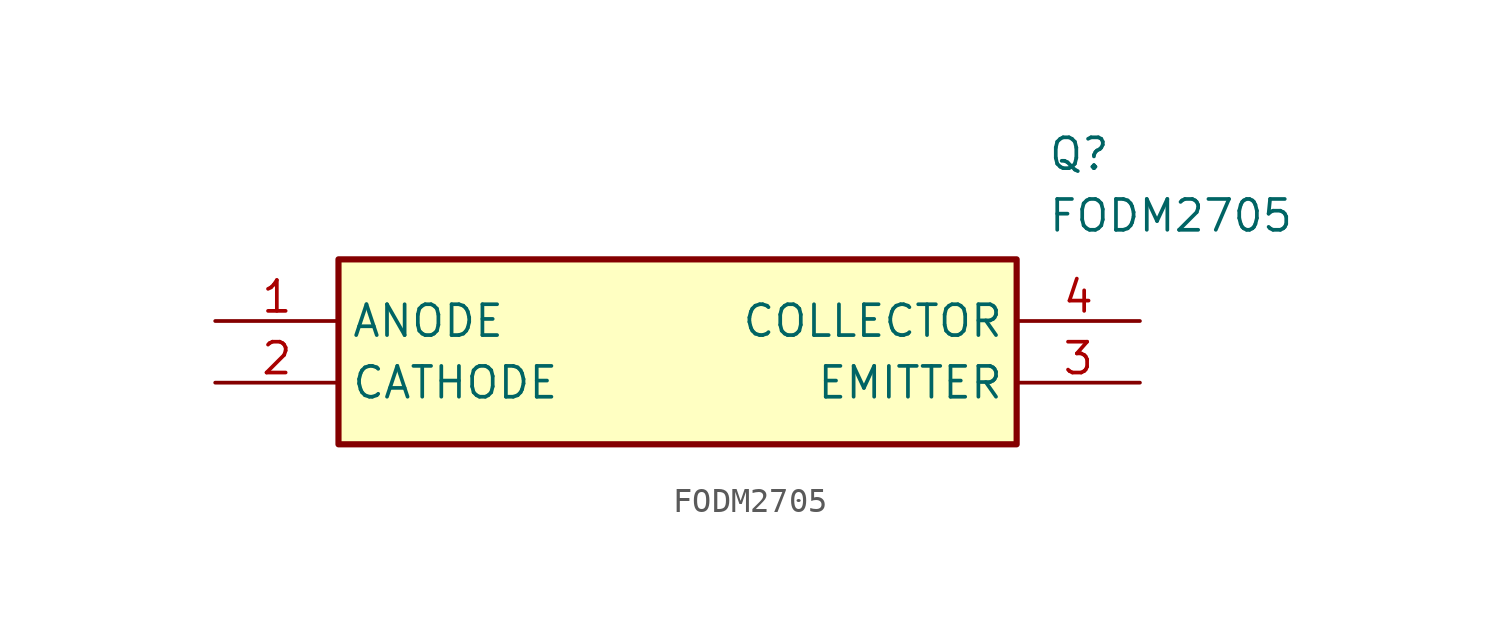
<source format=kicad_sym>
(kicad_symbol_lib
  (version 20211014)
  (generator SamacSys_ECAD_Model)
  (symbol "FODM2705"
    (property "Reference" "Q"
      (at 34.29 7.62 0)
      (effects (font (size 1.27 1.27)) (justify left top)))
    (property "Value" "FODM2705"
      (at 34.29 5.08 0)
      (effects (font (size 1.27 1.27)) (justify left top)))
    (rectangle
      (start 5.08 2.54)
      (end 33.02 -5.08)
      (stroke (width 0.254) (type default))
      (fill (type background)))
    (pin passive line
      (at 0 0 0)
      (length 5.08)
      (name "ANODE" (effects (font (size 1.27 1.27))))
      (number "1" (effects (font (size 1.27 1.27)))))
    (pin passive line
      (at 0 -2.54 0)
      (length 5.08)
      (name "CATHODE" (effects (font (size 1.27 1.27))))
      (number "2" (effects (font (size 1.27 1.27)))))
    (pin passive line
      (at 38.1 0 180)
      (length 5.08)
      (name "COLLECTOR" (effects (font (size 1.27 1.27))))
      (number "4" (effects (font (size 1.27 1.27)))))
    (pin passive line
      (at 38.1 -2.54 180)
      (length 5.08)
      (name "EMITTER" (effects (font (size 1.27 1.27))))
      (number "3" (effects (font (size 1.27 1.27)))))))
</source>
